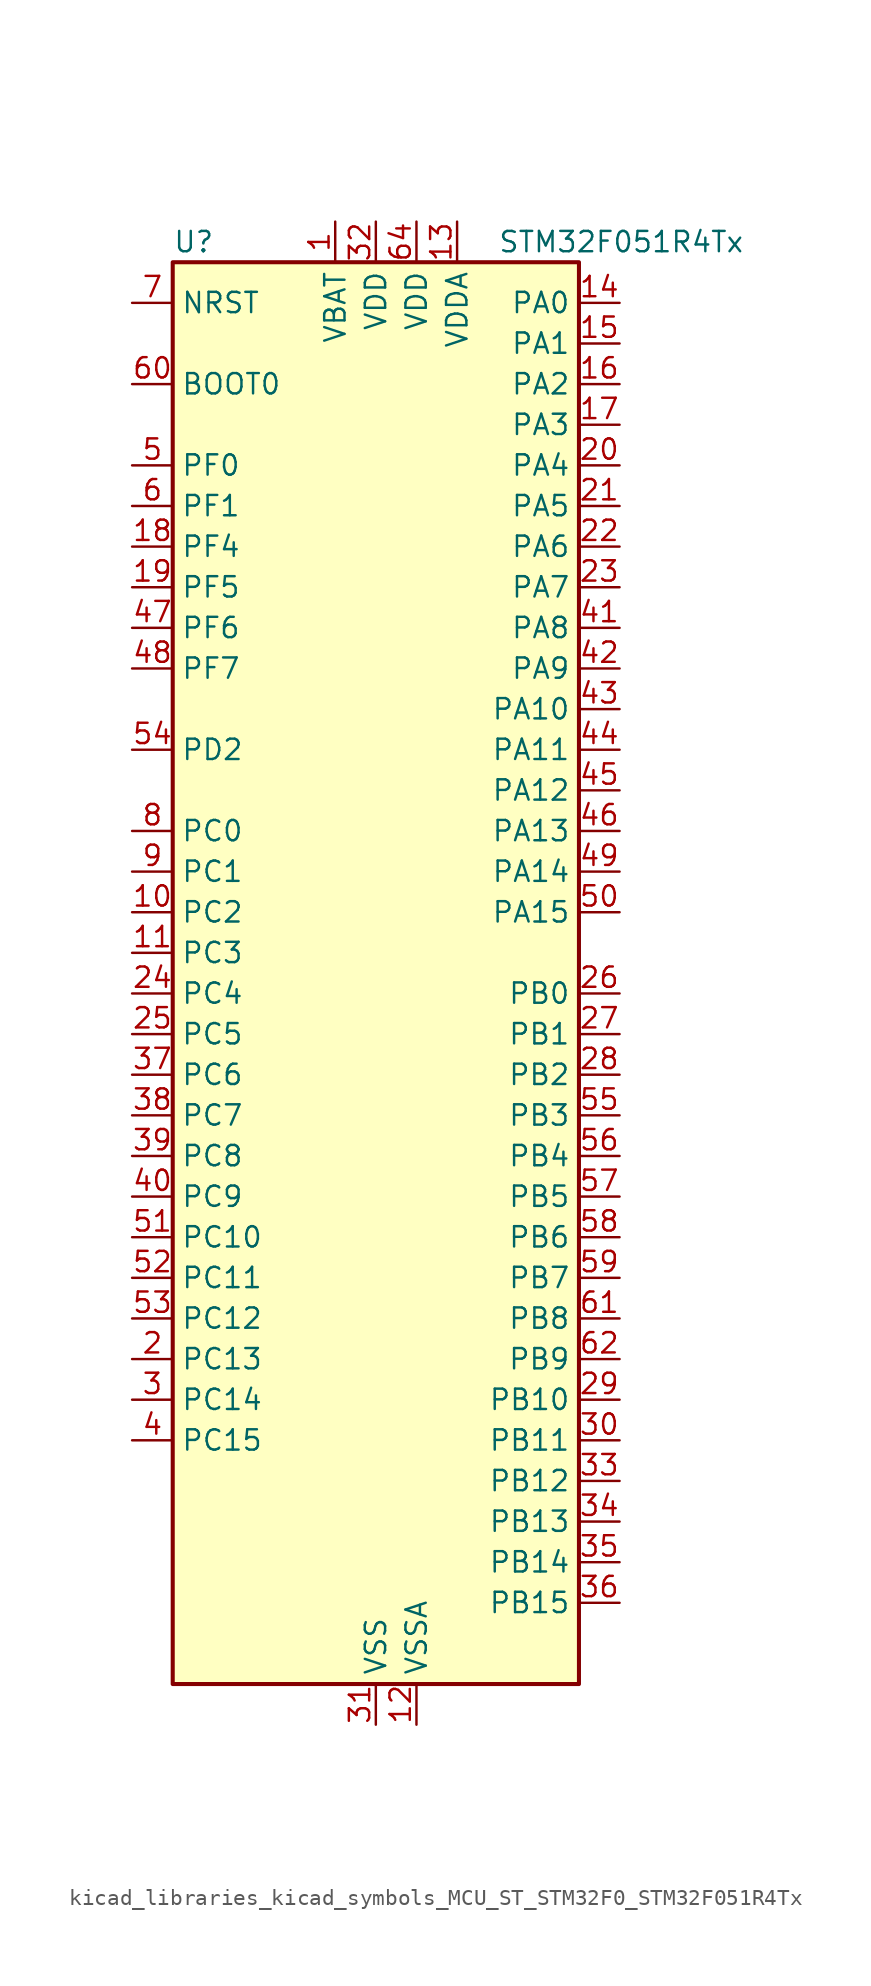
<source format=kicad_sym>
(kicad_symbol_lib
  (version 20220914)
  (generator kicad_symbol_editor)
  (symbol "kicad_libraries_kicad_symbols_MCU_ST_STM32F0_STM32F051R4Tx"
    (property "Reference" "U"
      (at -12.7 46.99 0)
      (effects (font (size 1.27 1.27)) (justify left)))
    (property "Value" "STM32F051R4Tx"
      (at 7.62 46.99 0)
      (effects (font (size 1.27 1.27)) (justify left)))
    (property "ki_locked" ""
      (at 0 0 0)
      (effects (font (size 1.27 1.27))))
    (symbol "kicad_libraries_kicad_symbols_MCU_ST_STM32F0_STM32F051R4Tx_0_1"
      (rectangle (start -12.7 -43.18) (end 12.7 45.72) (stroke (width 0.254) (type default)) (fill (type background))))
    (symbol "kicad_libraries_kicad_symbols_MCU_ST_STM32F0_STM32F051R4Tx_1_1"
      (pin power_in line (at -2.54 48.26 270) (length 2.54) (name "VBAT" (effects (font (size 1.27 1.27)))) (number "1" (effects (font (size 1.27 1.27)))))
      (pin bidirectional line (at -15.24 5.08 0) (length 2.54) (name "PC2" (effects (font (size 1.27 1.27)))) (number "10" (effects (font (size 1.27 1.27)))) (alternate "ADC_IN12" bidirectional line))
      (pin bidirectional line (at -15.24 2.54 0) (length 2.54) (name "PC3" (effects (font (size 1.27 1.27)))) (number "11" (effects (font (size 1.27 1.27)))) (alternate "ADC_IN13" bidirectional line))
      (pin power_in line (at 2.54 -45.72 90) (length 2.54) (name "VSSA" (effects (font (size 1.27 1.27)))) (number "12" (effects (font (size 1.27 1.27)))))
      (pin power_in line (at 5.08 48.26 270) (length 2.54) (name "VDDA" (effects (font (size 1.27 1.27)))) (number "13" (effects (font (size 1.27 1.27)))))
      (pin bidirectional line (at 15.24 43.18 180) (length 2.54) (name "PA0" (effects (font (size 1.27 1.27)))) (number "14" (effects (font (size 1.27 1.27)))) (alternate "ADC_IN0" bidirectional line) (alternate "COMP1_INM" bidirectional line) (alternate "COMP1_OUT" bidirectional line) (alternate "RTC_TAMP2" bidirectional line) (alternate "SYS_WKUP1" bidirectional line) (alternate "TIM2_CH1" bidirectional line) (alternate "TIM2_ETR" bidirectional line) (alternate "TSC_G1_IO1" bidirectional line))
      (pin bidirectional line (at 15.24 40.64 180) (length 2.54) (name "PA1" (effects (font (size 1.27 1.27)))) (number "15" (effects (font (size 1.27 1.27)))) (alternate "ADC_IN1" bidirectional line) (alternate "COMP1_INP" bidirectional line) (alternate "TIM2_CH2" bidirectional line) (alternate "TSC_G1_IO2" bidirectional line))
      (pin bidirectional line (at 15.24 38.1 180) (length 2.54) (name "PA2" (effects (font (size 1.27 1.27)))) (number "16" (effects (font (size 1.27 1.27)))) (alternate "ADC_IN2" bidirectional line) (alternate "COMP2_INM" bidirectional line) (alternate "COMP2_OUT" bidirectional line) (alternate "TIM15_CH1" bidirectional line) (alternate "TIM2_CH3" bidirectional line) (alternate "TSC_G1_IO3" bidirectional line))
      (pin bidirectional line (at 15.24 35.56 180) (length 2.54) (name "PA3" (effects (font (size 1.27 1.27)))) (number "17" (effects (font (size 1.27 1.27)))) (alternate "ADC_IN3" bidirectional line) (alternate "COMP2_INP" bidirectional line) (alternate "TIM15_CH2" bidirectional line) (alternate "TIM2_CH4" bidirectional line) (alternate "TSC_G1_IO4" bidirectional line))
      (pin bidirectional line (at -15.24 27.94 0) (length 2.54) (name "PF4" (effects (font (size 1.27 1.27)))) (number "18" (effects (font (size 1.27 1.27)))))
      (pin bidirectional line (at -15.24 25.4 0) (length 2.54) (name "PF5" (effects (font (size 1.27 1.27)))) (number "19" (effects (font (size 1.27 1.27)))))
      (pin bidirectional line (at -15.24 -22.86 0) (length 2.54) (name "PC13" (effects (font (size 1.27 1.27)))) (number "2" (effects (font (size 1.27 1.27)))) (alternate "RTC_OUT_ALARM" bidirectional line) (alternate "RTC_OUT_CALIB" bidirectional line) (alternate "RTC_TAMP1" bidirectional line) (alternate "RTC_TS" bidirectional line) (alternate "SYS_WKUP2" bidirectional line))
      (pin bidirectional line (at 15.24 33.02 180) (length 2.54) (name "PA4" (effects (font (size 1.27 1.27)))) (number "20" (effects (font (size 1.27 1.27)))) (alternate "ADC_IN4" bidirectional line) (alternate "COMP1_INM" bidirectional line) (alternate "COMP2_INM" bidirectional line) (alternate "DAC1_OUT1" bidirectional line) (alternate "I2S1_WS" bidirectional line) (alternate "SPI1_NSS" bidirectional line) (alternate "TIM14_CH1" bidirectional line) (alternate "TSC_G2_IO1" bidirectional line))
      (pin bidirectional line (at 15.24 30.48 180) (length 2.54) (name "PA5" (effects (font (size 1.27 1.27)))) (number "21" (effects (font (size 1.27 1.27)))) (alternate "ADC_IN5" bidirectional line) (alternate "CEC" bidirectional line) (alternate "COMP1_INM" bidirectional line) (alternate "COMP2_INM" bidirectional line) (alternate "I2S1_CK" bidirectional line) (alternate "SPI1_SCK" bidirectional line) (alternate "TIM2_CH1" bidirectional line) (alternate "TIM2_ETR" bidirectional line) (alternate "TSC_G2_IO2" bidirectional line))
      (pin bidirectional line (at 15.24 27.94 180) (length 2.54) (name "PA6" (effects (font (size 1.27 1.27)))) (number "22" (effects (font (size 1.27 1.27)))) (alternate "ADC_IN6" bidirectional line) (alternate "COMP1_OUT" bidirectional line) (alternate "I2S1_MCK" bidirectional line) (alternate "SPI1_MISO" bidirectional line) (alternate "TIM16_CH1" bidirectional line) (alternate "TIM1_BKIN" bidirectional line) (alternate "TIM3_CH1" bidirectional line) (alternate "TSC_G2_IO3" bidirectional line))
      (pin bidirectional line (at 15.24 25.4 180) (length 2.54) (name "PA7" (effects (font (size 1.27 1.27)))) (number "23" (effects (font (size 1.27 1.27)))) (alternate "ADC_IN7" bidirectional line) (alternate "COMP2_OUT" bidirectional line) (alternate "I2S1_SD" bidirectional line) (alternate "SPI1_MOSI" bidirectional line) (alternate "TIM14_CH1" bidirectional line) (alternate "TIM17_CH1" bidirectional line) (alternate "TIM1_CH1N" bidirectional line) (alternate "TIM3_CH2" bidirectional line) (alternate "TSC_G2_IO4" bidirectional line))
      (pin bidirectional line (at -15.24 0 0) (length 2.54) (name "PC4" (effects (font (size 1.27 1.27)))) (number "24" (effects (font (size 1.27 1.27)))) (alternate "ADC_IN14" bidirectional line))
      (pin bidirectional line (at -15.24 -2.54 0) (length 2.54) (name "PC5" (effects (font (size 1.27 1.27)))) (number "25" (effects (font (size 1.27 1.27)))) (alternate "ADC_IN15" bidirectional line) (alternate "TSC_G3_IO1" bidirectional line))
      (pin bidirectional line (at 15.24 0 180) (length 2.54) (name "PB0" (effects (font (size 1.27 1.27)))) (number "26" (effects (font (size 1.27 1.27)))) (alternate "ADC_IN8" bidirectional line) (alternate "TIM1_CH2N" bidirectional line) (alternate "TIM3_CH3" bidirectional line) (alternate "TSC_G3_IO2" bidirectional line))
      (pin bidirectional line (at 15.24 -2.54 180) (length 2.54) (name "PB1" (effects (font (size 1.27 1.27)))) (number "27" (effects (font (size 1.27 1.27)))) (alternate "ADC_IN9" bidirectional line) (alternate "TIM14_CH1" bidirectional line) (alternate "TIM1_CH3N" bidirectional line) (alternate "TIM3_CH4" bidirectional line) (alternate "TSC_G3_IO3" bidirectional line))
      (pin bidirectional line (at 15.24 -5.08 180) (length 2.54) (name "PB2" (effects (font (size 1.27 1.27)))) (number "28" (effects (font (size 1.27 1.27)))) (alternate "TSC_G3_IO4" bidirectional line))
      (pin bidirectional line (at 15.24 -25.4 180) (length 2.54) (name "PB10" (effects (font (size 1.27 1.27)))) (number "29" (effects (font (size 1.27 1.27)))) (alternate "CEC" bidirectional line) (alternate "TIM2_CH3" bidirectional line) (alternate "TSC_SYNC" bidirectional line))
      (pin bidirectional line (at -15.24 -25.4 0) (length 2.54) (name "PC14" (effects (font (size 1.27 1.27)))) (number "3" (effects (font (size 1.27 1.27)))) (alternate "RCC_OSC32_IN" bidirectional line))
      (pin bidirectional line (at 15.24 -27.94 180) (length 2.54) (name "PB11" (effects (font (size 1.27 1.27)))) (number "30" (effects (font (size 1.27 1.27)))) (alternate "TIM2_CH4" bidirectional line) (alternate "TSC_G6_IO1" bidirectional line))
      (pin power_in line (at 0 -45.72 90) (length 2.54) (name "VSS" (effects (font (size 1.27 1.27)))) (number "31" (effects (font (size 1.27 1.27)))))
      (pin power_in line (at 0 48.26 270) (length 2.54) (name "VDD" (effects (font (size 1.27 1.27)))) (number "32" (effects (font (size 1.27 1.27)))))
      (pin bidirectional line (at 15.24 -30.48 180) (length 2.54) (name "PB12" (effects (font (size 1.27 1.27)))) (number "33" (effects (font (size 1.27 1.27)))) (alternate "SPI2_NSS" bidirectional line) (alternate "TIM1_BKIN" bidirectional line) (alternate "TSC_G6_IO2" bidirectional line))
      (pin bidirectional line (at 15.24 -33.02 180) (length 2.54) (name "PB13" (effects (font (size 1.27 1.27)))) (number "34" (effects (font (size 1.27 1.27)))) (alternate "SPI2_SCK" bidirectional line) (alternate "TIM1_CH1N" bidirectional line) (alternate "TSC_G6_IO3" bidirectional line))
      (pin bidirectional line (at 15.24 -35.56 180) (length 2.54) (name "PB14" (effects (font (size 1.27 1.27)))) (number "35" (effects (font (size 1.27 1.27)))) (alternate "SPI2_MISO" bidirectional line) (alternate "TIM15_CH1" bidirectional line) (alternate "TIM1_CH2N" bidirectional line) (alternate "TSC_G6_IO4" bidirectional line))
      (pin bidirectional line (at 15.24 -38.1 180) (length 2.54) (name "PB15" (effects (font (size 1.27 1.27)))) (number "36" (effects (font (size 1.27 1.27)))) (alternate "RTC_REFIN" bidirectional line) (alternate "SPI2_MOSI" bidirectional line) (alternate "TIM15_CH1N" bidirectional line) (alternate "TIM15_CH2" bidirectional line) (alternate "TIM1_CH3N" bidirectional line))
      (pin bidirectional line (at -15.24 -5.08 0) (length 2.54) (name "PC6" (effects (font (size 1.27 1.27)))) (number "37" (effects (font (size 1.27 1.27)))) (alternate "TIM3_CH1" bidirectional line))
      (pin bidirectional line (at -15.24 -7.62 0) (length 2.54) (name "PC7" (effects (font (size 1.27 1.27)))) (number "38" (effects (font (size 1.27 1.27)))) (alternate "TIM3_CH2" bidirectional line))
      (pin bidirectional line (at -15.24 -10.16 0) (length 2.54) (name "PC8" (effects (font (size 1.27 1.27)))) (number "39" (effects (font (size 1.27 1.27)))) (alternate "TIM3_CH3" bidirectional line))
      (pin bidirectional line (at -15.24 -27.94 0) (length 2.54) (name "PC15" (effects (font (size 1.27 1.27)))) (number "4" (effects (font (size 1.27 1.27)))) (alternate "RCC_OSC32_OUT" bidirectional line))
      (pin bidirectional line (at -15.24 -12.7 0) (length 2.54) (name "PC9" (effects (font (size 1.27 1.27)))) (number "40" (effects (font (size 1.27 1.27)))) (alternate "DAC1_EXTI9" bidirectional line) (alternate "TIM3_CH4" bidirectional line))
      (pin bidirectional line (at 15.24 22.86 180) (length 2.54) (name "PA8" (effects (font (size 1.27 1.27)))) (number "41" (effects (font (size 1.27 1.27)))) (alternate "RCC_MCO" bidirectional line) (alternate "TIM1_CH1" bidirectional line) (alternate "USART1_CK" bidirectional line))
      (pin bidirectional line (at 15.24 20.32 180) (length 2.54) (name "PA9" (effects (font (size 1.27 1.27)))) (number "42" (effects (font (size 1.27 1.27)))) (alternate "DAC1_EXTI9" bidirectional line) (alternate "TIM15_BKIN" bidirectional line) (alternate "TIM1_CH2" bidirectional line) (alternate "TSC_G4_IO1" bidirectional line) (alternate "USART1_TX" bidirectional line))
      (pin bidirectional line (at 15.24 17.78 180) (length 2.54) (name "PA10" (effects (font (size 1.27 1.27)))) (number "43" (effects (font (size 1.27 1.27)))) (alternate "TIM17_BKIN" bidirectional line) (alternate "TIM1_CH3" bidirectional line) (alternate "TSC_G4_IO2" bidirectional line) (alternate "USART1_RX" bidirectional line))
      (pin bidirectional line (at 15.24 15.24 180) (length 2.54) (name "PA11" (effects (font (size 1.27 1.27)))) (number "44" (effects (font (size 1.27 1.27)))) (alternate "COMP1_OUT" bidirectional line) (alternate "TIM1_CH4" bidirectional line) (alternate "TSC_G4_IO3" bidirectional line) (alternate "USART1_CTS" bidirectional line))
      (pin bidirectional line (at 15.24 12.7 180) (length 2.54) (name "PA12" (effects (font (size 1.27 1.27)))) (number "45" (effects (font (size 1.27 1.27)))) (alternate "COMP2_OUT" bidirectional line) (alternate "TIM1_ETR" bidirectional line) (alternate "TSC_G4_IO4" bidirectional line) (alternate "USART1_DE" bidirectional line) (alternate "USART1_RTS" bidirectional line))
      (pin bidirectional line (at 15.24 10.16 180) (length 2.54) (name "PA13" (effects (font (size 1.27 1.27)))) (number "46" (effects (font (size 1.27 1.27)))) (alternate "IR_OUT" bidirectional line) (alternate "SYS_SWDIO" bidirectional line))
      (pin bidirectional line (at -15.24 22.86 0) (length 2.54) (name "PF6" (effects (font (size 1.27 1.27)))) (number "47" (effects (font (size 1.27 1.27)))))
      (pin bidirectional line (at -15.24 20.32 0) (length 2.54) (name "PF7" (effects (font (size 1.27 1.27)))) (number "48" (effects (font (size 1.27 1.27)))))
      (pin bidirectional line (at 15.24 7.62 180) (length 2.54) (name "PA14" (effects (font (size 1.27 1.27)))) (number "49" (effects (font (size 1.27 1.27)))) (alternate "SYS_SWCLK" bidirectional line))
      (pin bidirectional line (at -15.24 33.02 0) (length 2.54) (name "PF0" (effects (font (size 1.27 1.27)))) (number "5" (effects (font (size 1.27 1.27)))) (alternate "RCC_OSC_IN" bidirectional line))
      (pin bidirectional line (at 15.24 5.08 180) (length 2.54) (name "PA15" (effects (font (size 1.27 1.27)))) (number "50" (effects (font (size 1.27 1.27)))) (alternate "I2S1_WS" bidirectional line) (alternate "SPI1_NSS" bidirectional line) (alternate "TIM2_CH1" bidirectional line) (alternate "TIM2_ETR" bidirectional line))
      (pin bidirectional line (at -15.24 -15.24 0) (length 2.54) (name "PC10" (effects (font (size 1.27 1.27)))) (number "51" (effects (font (size 1.27 1.27)))))
      (pin bidirectional line (at -15.24 -17.78 0) (length 2.54) (name "PC11" (effects (font (size 1.27 1.27)))) (number "52" (effects (font (size 1.27 1.27)))))
      (pin bidirectional line (at -15.24 -20.32 0) (length 2.54) (name "PC12" (effects (font (size 1.27 1.27)))) (number "53" (effects (font (size 1.27 1.27)))))
      (pin bidirectional line (at -15.24 15.24 0) (length 2.54) (name "PD2" (effects (font (size 1.27 1.27)))) (number "54" (effects (font (size 1.27 1.27)))) (alternate "TIM3_ETR" bidirectional line))
      (pin bidirectional line (at 15.24 -7.62 180) (length 2.54) (name "PB3" (effects (font (size 1.27 1.27)))) (number "55" (effects (font (size 1.27 1.27)))) (alternate "I2S1_CK" bidirectional line) (alternate "SPI1_SCK" bidirectional line) (alternate "TIM2_CH2" bidirectional line) (alternate "TSC_G5_IO1" bidirectional line))
      (pin bidirectional line (at 15.24 -10.16 180) (length 2.54) (name "PB4" (effects (font (size 1.27 1.27)))) (number "56" (effects (font (size 1.27 1.27)))) (alternate "I2S1_MCK" bidirectional line) (alternate "SPI1_MISO" bidirectional line) (alternate "TIM3_CH1" bidirectional line) (alternate "TSC_G5_IO2" bidirectional line))
      (pin bidirectional line (at 15.24 -12.7 180) (length 2.54) (name "PB5" (effects (font (size 1.27 1.27)))) (number "57" (effects (font (size 1.27 1.27)))) (alternate "I2C1_SMBA" bidirectional line) (alternate "I2S1_SD" bidirectional line) (alternate "SPI1_MOSI" bidirectional line) (alternate "TIM16_BKIN" bidirectional line) (alternate "TIM3_CH2" bidirectional line))
      (pin bidirectional line (at 15.24 -15.24 180) (length 2.54) (name "PB6" (effects (font (size 1.27 1.27)))) (number "58" (effects (font (size 1.27 1.27)))) (alternate "I2C1_SCL" bidirectional line) (alternate "TIM16_CH1N" bidirectional line) (alternate "TSC_G5_IO3" bidirectional line) (alternate "USART1_TX" bidirectional line))
      (pin bidirectional line (at 15.24 -17.78 180) (length 2.54) (name "PB7" (effects (font (size 1.27 1.27)))) (number "59" (effects (font (size 1.27 1.27)))) (alternate "I2C1_SDA" bidirectional line) (alternate "TIM17_CH1N" bidirectional line) (alternate "TSC_G5_IO4" bidirectional line) (alternate "USART1_RX" bidirectional line))
      (pin bidirectional line (at -15.24 30.48 0) (length 2.54) (name "PF1" (effects (font (size 1.27 1.27)))) (number "6" (effects (font (size 1.27 1.27)))) (alternate "RCC_OSC_OUT" bidirectional line))
      (pin input line (at -15.24 38.1 0) (length 2.54) (name "BOOT0" (effects (font (size 1.27 1.27)))) (number "60" (effects (font (size 1.27 1.27)))))
      (pin bidirectional line (at 15.24 -20.32 180) (length 2.54) (name "PB8" (effects (font (size 1.27 1.27)))) (number "61" (effects (font (size 1.27 1.27)))) (alternate "CEC" bidirectional line) (alternate "I2C1_SCL" bidirectional line) (alternate "TIM16_CH1" bidirectional line) (alternate "TSC_SYNC" bidirectional line))
      (pin bidirectional line (at 15.24 -22.86 180) (length 2.54) (name "PB9" (effects (font (size 1.27 1.27)))) (number "62" (effects (font (size 1.27 1.27)))) (alternate "DAC1_EXTI9" bidirectional line) (alternate "I2C1_SDA" bidirectional line) (alternate "IR_OUT" bidirectional line) (alternate "TIM17_CH1" bidirectional line))
      (pin passive line (at 0 -45.72 90) (length 2.54) hide (name "VSS" (effects (font (size 1.27 1.27)))) (number "63" (effects (font (size 1.27 1.27)))))
      (pin power_in line (at 2.54 48.26 270) (length 2.54) (name "VDD" (effects (font (size 1.27 1.27)))) (number "64" (effects (font (size 1.27 1.27)))))
      (pin input line (at -15.24 43.18 0) (length 2.54) (name "NRST" (effects (font (size 1.27 1.27)))) (number "7" (effects (font (size 1.27 1.27)))))
      (pin bidirectional line (at -15.24 10.16 0) (length 2.54) (name "PC0" (effects (font (size 1.27 1.27)))) (number "8" (effects (font (size 1.27 1.27)))) (alternate "ADC_IN10" bidirectional line))
      (pin bidirectional line (at -15.24 7.62 0) (length 2.54) (name "PC1" (effects (font (size 1.27 1.27)))) (number "9" (effects (font (size 1.27 1.27)))) (alternate "ADC_IN11" bidirectional line)))))
</source>
